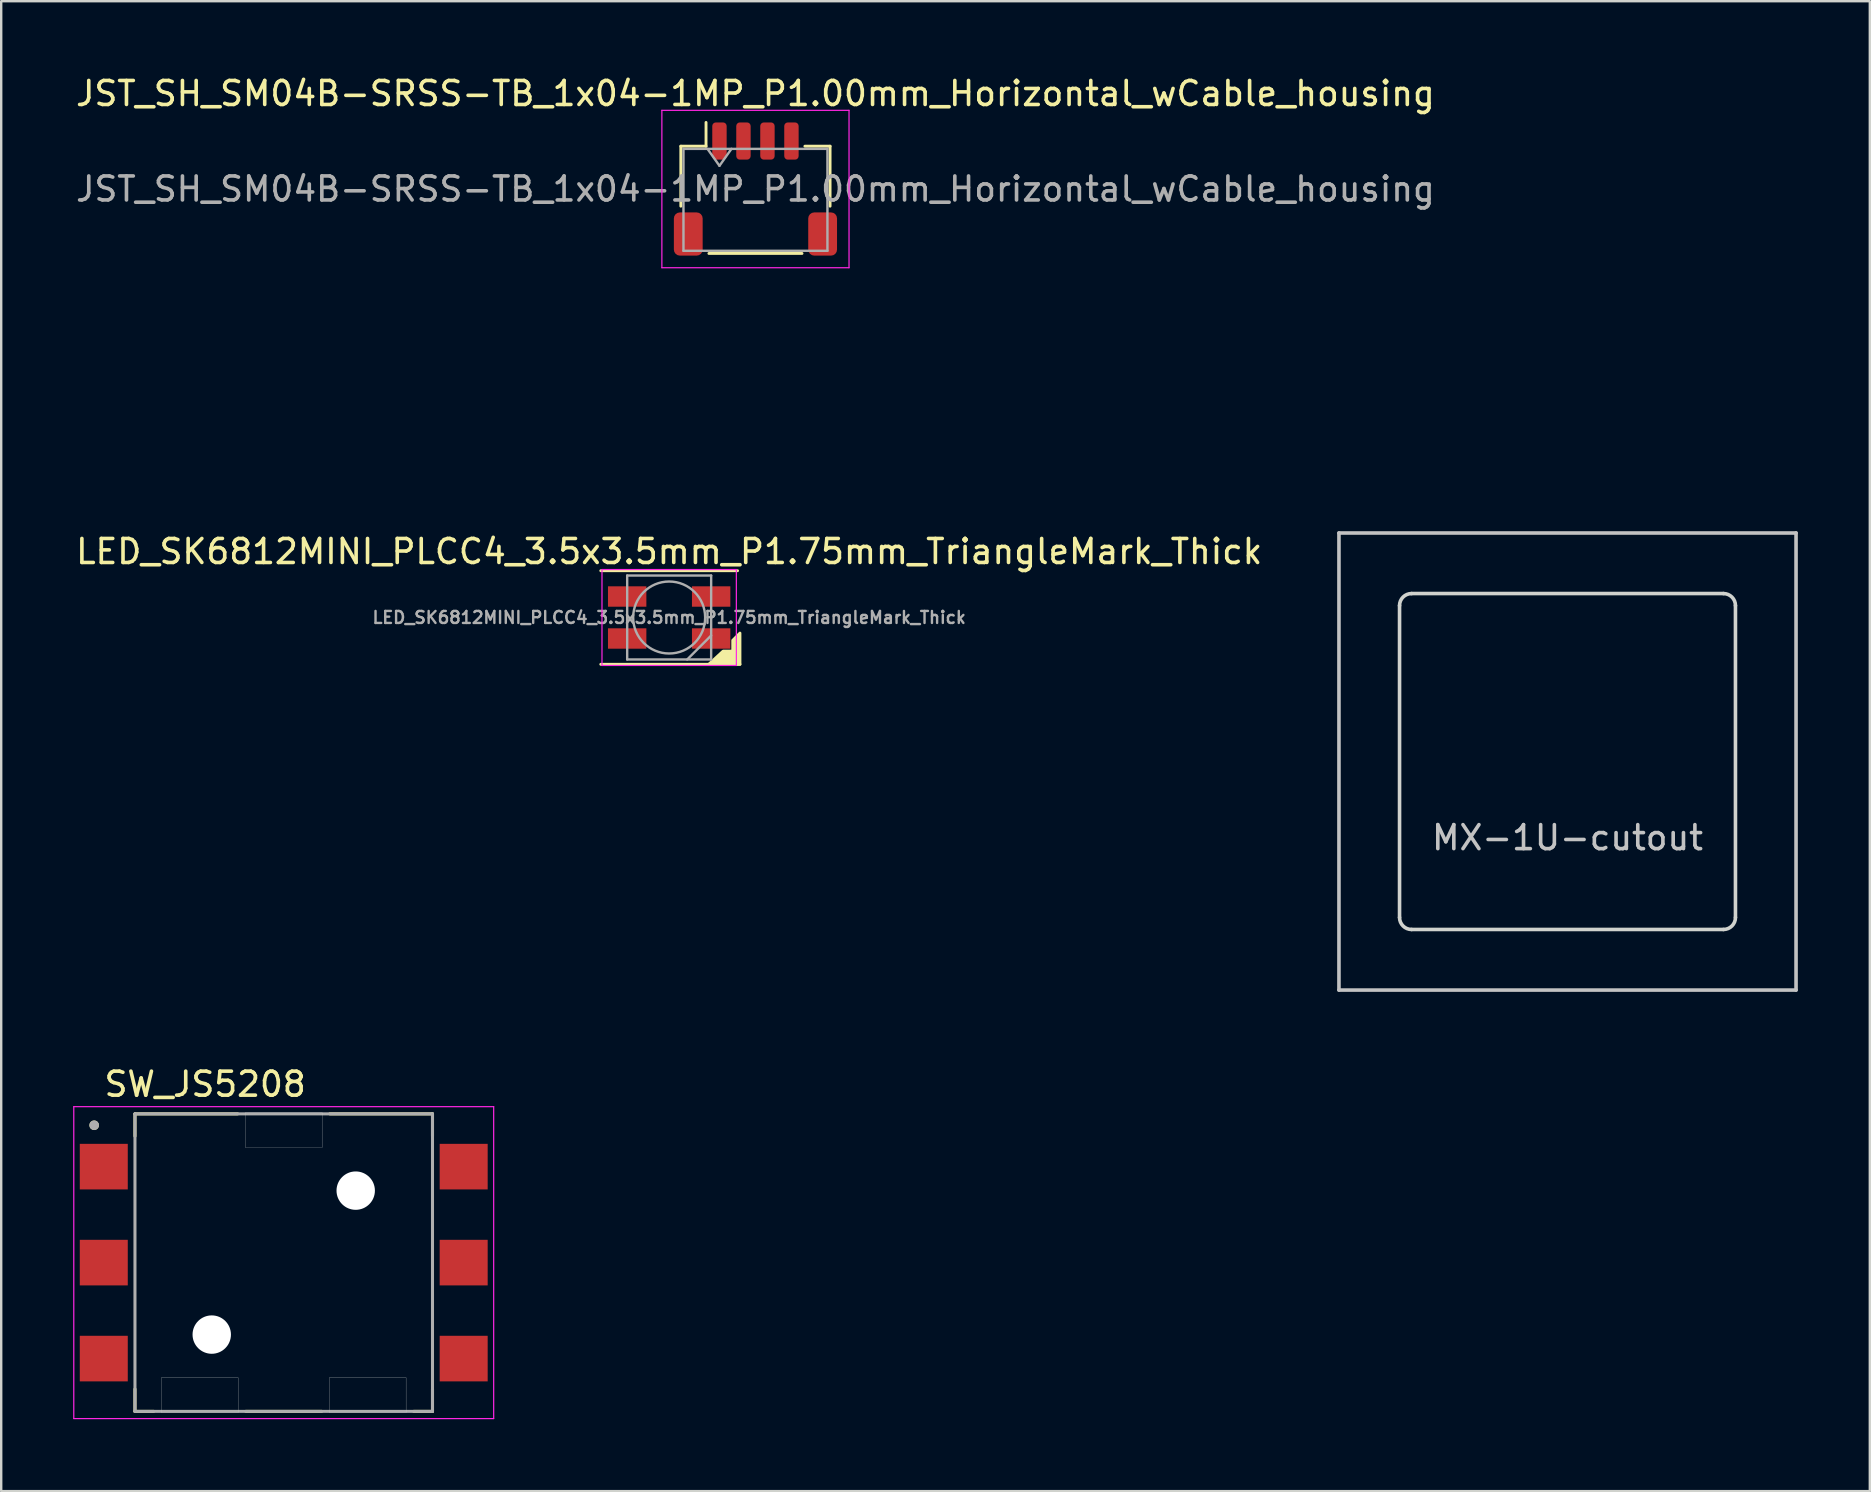
<source format=kicad_pcb>
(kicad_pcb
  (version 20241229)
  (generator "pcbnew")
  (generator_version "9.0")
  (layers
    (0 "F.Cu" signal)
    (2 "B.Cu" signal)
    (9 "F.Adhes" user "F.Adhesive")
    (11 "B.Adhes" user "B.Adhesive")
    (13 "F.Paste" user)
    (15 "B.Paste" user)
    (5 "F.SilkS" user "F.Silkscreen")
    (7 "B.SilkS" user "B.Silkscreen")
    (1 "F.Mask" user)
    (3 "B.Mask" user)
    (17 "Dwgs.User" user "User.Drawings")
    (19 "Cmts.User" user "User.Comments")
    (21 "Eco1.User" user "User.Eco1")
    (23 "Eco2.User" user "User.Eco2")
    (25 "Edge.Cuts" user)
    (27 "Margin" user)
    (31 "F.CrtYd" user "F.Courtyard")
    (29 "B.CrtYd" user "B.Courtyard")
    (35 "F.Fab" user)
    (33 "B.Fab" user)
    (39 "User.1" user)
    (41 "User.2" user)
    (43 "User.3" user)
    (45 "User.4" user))
  (footprint "LED_SK6812MINI_PLCC4_3.5x3.5mm_P1.75mm_TriangleMark_Thick"
    (layer "F.Cu")
    (at 24.839 22.686)
    (property "Reference" "LED_SK6812MINI_PLCC4_3.5x3.5mm_P1.75mm_TriangleMark_Thick" (at 0 -2.75 0) (layer "F.SilkS") (effects (font (size 1 1) (thickness 0.15))))
    (attr smd)
    (fp_line (start -2.85 -1.95) (end 2.85 -1.95) (stroke (width 0.12) (type solid)) (layer "F.SilkS"))
    (fp_line (start -2.85 1.95) (end 2.95 1.95) (stroke (width 0.12) (type solid)) (layer "F.SilkS"))
    (fp_poly (pts (xy 2.95 1.95) (xy 1.65 1.95) (xy 2.25 1.4) (xy 2.65 1.4) (xy 2.65 0.95) (xy 2.95 0.65)) (stroke (width 0.12) (type solid)) (fill yes) (layer "F.SilkS"))
    (fp_line (start -2.8 -2) (end -2.8 2) (stroke (width 0.05) (type solid)) (layer "F.CrtYd"))
    (fp_line (start -2.8 2) (end 2.8 2) (stroke (width 0.05) (type solid)) (layer "F.CrtYd"))
    (fp_line (start 2.8 -2) (end -2.8 -2) (stroke (width 0.05) (type solid)) (layer "F.CrtYd"))
    (fp_line (start 2.8 2) (end 2.8 -2) (stroke (width 0.05) (type solid)) (layer "F.CrtYd"))
    (fp_line (start -1.75 -1.75) (end -1.75 1.75) (stroke (width 0.1) (type solid)) (layer "F.Fab"))
    (fp_line (start -1.75 1.75) (end 1.75 1.75) (stroke (width 0.1) (type solid)) (layer "F.Fab"))
    (fp_line (start 1.75 -1.75) (end -1.75 -1.75) (stroke (width 0.1) (type solid)) (layer "F.Fab"))
    (fp_line (start 1.75 0.75) (end 0.75 1.75) (stroke (width 0.1) (type solid)) (layer "F.Fab"))
    (fp_line (start 1.75 1.75) (end 1.75 -1.75) (stroke (width 0.1) (type solid)) (layer "F.Fab"))
    (fp_circle (center 0 0) (end 0 -1.5) (stroke (width 0.1) (type solid)) (fill no) (layer "F.Fab"))
    (fp_text user "${REFERENCE}" (at 0 0 0) (layer "F.Fab") (effects (font (size 0.5 0.5) (thickness 0.1))))
    (pad "1" smd rect (at -1.75 -0.875) (size 1.6 0.85) (layers "F.Cu" "F.Mask" "F.Paste"))
    (pad "2" smd rect (at -1.75 0.875) (size 1.6 0.85) (layers "F.Cu" "F.Mask" "F.Paste"))
    (pad "3" smd rect (at 1.75 0.875) (size 1.6 0.85) (layers "F.Cu" "F.Mask" "F.Paste"))
    (pad "4" smd rect (at 1.75 -0.875) (size 1.6 0.85) (layers "F.Cu" "F.Mask" "F.Paste")))
  (footprint "JST_SH_SM04B-SRSS-TB_1x04-1MP_P1.00mm_Horizontal_wCable_housing"
    (layer "F.Cu")
    (at 28.435 4.828)
    (property "Reference" "JST_SH_SM04B-SRSS-TB_1x04-1MP_P1.00mm_Horizontal_wCable_housing" (at 0 -3.98 0) (layer "F.SilkS") (effects (font (size 1 1) (thickness 0.15))))
    (attr smd)
    (fp_line (start -3.11 -1.785) (end -2.06 -1.785) (stroke (width 0.12) (type solid)) (layer "F.SilkS"))
    (fp_line (start -3.11 0.715) (end -3.11 -1.785) (stroke (width 0.12) (type solid)) (layer "F.SilkS"))
    (fp_line (start -2.06 -1.785) (end -2.06 -2.775) (stroke (width 0.12) (type solid)) (layer "F.SilkS"))
    (fp_line (start -1.94 2.685) (end 1.94 2.685) (stroke (width 0.12) (type solid)) (layer "F.SilkS"))
    (fp_line (start 3.11 -1.785) (end 2.06 -1.785) (stroke (width 0.12) (type solid)) (layer "F.SilkS"))
    (fp_line (start 3.11 0.715) (end 3.11 -1.785) (stroke (width 0.12) (type solid)) (layer "F.SilkS"))
    (fp_line (start -3.5 2.7) (end -3.5 3.7) (stroke (width 0.12) (type solid)) (layer "Eco2.User"))
    (fp_line (start -3.5 3.7) (end 3.5 3.7) (stroke (width 0.12) (type solid)) (layer "Eco2.User"))
    (fp_line (start -3.5 6.7) (end -3.5 6.95) (stroke (width 0.12) (type solid)) (layer "Eco2.User"))
    (fp_line (start -3.5 6.7) (end -3.25 6.7) (stroke (width 0.12) (type solid)) (layer "Eco2.User"))
    (fp_line (start -3.5 7.7) (end -3.5 7.45) (stroke (width 0.12) (type solid)) (layer "Eco2.User"))
    (fp_line (start -3.5 7.7) (end -3.25 7.7) (stroke (width 0.12) (type solid)) (layer "Eco2.User"))
    (fp_line (start -3 3.7) (end -3 3.95) (stroke (width 0.12) (type solid)) (layer "Eco2.User"))
    (fp_line (start -3 4.95) (end -3 4.45) (stroke (width 0.12) (type solid)) (layer "Eco2.User"))
    (fp_line (start -3 5.95) (end -3 5.45) (stroke (width 0.12) (type solid)) (layer "Eco2.User"))
    (fp_line (start -3 6.7) (end -3.25 6.7) (stroke (width 0.12) (type solid)) (layer "Eco2.User"))
    (fp_line (start -3 6.7) (end -3 6.45) (stroke (width 0.12) (type solid)) (layer "Eco2.User"))
    (fp_line (start -2.25 7.7) (end -2.75 7.7) (stroke (width 0.12) (type solid)) (layer "Eco2.User"))
    (fp_line (start -1.5 7.7) (end -1.5 8.2) (stroke (width 0.12) (type solid)) (layer "Eco2.User"))
    (fp_line (start -1.5 8.7) (end -1.5 9.2) (stroke (width 0.12) (type solid)) (layer "Eco2.User"))
    (fp_line (start -1.5 9.7) (end -1.5 10.2) (stroke (width 0.12) (type solid)) (layer "Eco2.User"))
    (fp_line (start -1.5 10.7) (end -1.5 11.2) (stroke (width 0.12) (type solid)) (layer "Eco2.User"))
    (fp_line (start -1.25 7.7) (end -1.75 7.7) (stroke (width 0.12) (type solid)) (layer "Eco2.User"))
    (fp_line (start -0.5 7.7) (end -0.5 8.2) (stroke (width 0.12) (type solid)) (layer "Eco2.User"))
    (fp_line (start -0.5 8.7) (end -0.5 9.2) (stroke (width 0.12) (type solid)) (layer "Eco2.User"))
    (fp_line (start -0.5 9.7) (end -0.5 10.2) (stroke (width 0.12) (type solid)) (layer "Eco2.User"))
    (fp_line (start -0.5 10.7) (end -0.5 11.2) (stroke (width 0.12) (type solid)) (layer "Eco2.User"))
    (fp_line (start -0.25 7.7) (end -0.75 7.7) (stroke (width 0.12) (type solid)) (layer "Eco2.User"))
    (fp_line (start 0.5 7.7) (end 0.5 8.2) (stroke (width 0.12) (type solid)) (layer "Eco2.User"))
    (fp_line (start 0.5 8.7) (end 0.5 9.2) (stroke (width 0.12) (type solid)) (layer "Eco2.User"))
    (fp_line (start 0.5 9.7) (end 0.5 10.2) (stroke (width 0.12) (type solid)) (layer "Eco2.User"))
    (fp_line (start 0.5 10.7) (end 0.5 11.2) (stroke (width 0.12) (type solid)) (layer "Eco2.User"))
    (fp_line (start 0.75 7.7) (end 0.25 7.7) (stroke (width 0.12) (type solid)) (layer "Eco2.User"))
    (fp_line (start 1.5 7.7) (end 1.5 8.2) (stroke (width 0.12) (type solid)) (layer "Eco2.User"))
    (fp_line (start 1.5 8.7) (end 1.5 9.2) (stroke (width 0.12) (type solid)) (layer "Eco2.User"))
    (fp_line (start 1.5 9.7) (end 1.5 10.2) (stroke (width 0.12) (type solid)) (layer "Eco2.User"))
    (fp_line (start 1.5 10.7) (end 1.5 11.2) (stroke (width 0.12) (type solid)) (layer "Eco2.User"))
    (fp_line (start 1.75 7.7) (end 1.25 7.7) (stroke (width 0.12) (type solid)) (layer "Eco2.User"))
    (fp_line (start 2.75 7.7) (end 2.25 7.7) (stroke (width 0.12) (type solid)) (layer "Eco2.User"))
    (fp_line (start 3 3.7) (end 3 3.95) (stroke (width 0.12) (type solid)) (layer "Eco2.User"))
    (fp_line (start 3 4.95) (end 3 4.45) (stroke (width 0.12) (type solid)) (layer "Eco2.User"))
    (fp_line (start 3 5.95) (end 3 5.45) (stroke (width 0.12) (type solid)) (layer "Eco2.User"))
    (fp_line (start 3 6.7) (end 3 6.45) (stroke (width 0.12) (type solid)) (layer "Eco2.User"))
    (fp_line (start 3 6.7) (end 3.25 6.7) (stroke (width 0.12) (type solid)) (layer "Eco2.User"))
    (fp_line (start 3.5 2.7) (end -3.5 2.7) (stroke (width 0.12) (type solid)) (layer "Eco2.User"))
    (fp_line (start 3.5 3.7) (end 3.5 2.7) (stroke (width 0.12) (type solid)) (layer "Eco2.User"))
    (fp_line (start 3.5 6.7) (end 3.25 6.7) (stroke (width 0.12) (type solid)) (layer "Eco2.User"))
    (fp_line (start 3.5 6.7) (end 3.5 6.95) (stroke (width 0.12) (type solid)) (layer "Eco2.User"))
    (fp_line (start 3.5 7.7) (end 3.25 7.7) (stroke (width 0.12) (type solid)) (layer "Eco2.User"))
    (fp_line (start 3.5 7.7) (end 3.5 7.45) (stroke (width 0.12) (type solid)) (layer "Eco2.User"))
    (fp_line (start -3.9 -3.28) (end -3.9 3.28) (stroke (width 0.05) (type solid)) (layer "F.CrtYd"))
    (fp_line (start -3.9 3.28) (end 3.9 3.28) (stroke (width 0.05) (type solid)) (layer "F.CrtYd"))
    (fp_line (start 3.9 -3.28) (end -3.9 -3.28) (stroke (width 0.05) (type solid)) (layer "F.CrtYd"))
    (fp_line (start 3.9 3.28) (end 3.9 -3.28) (stroke (width 0.05) (type solid)) (layer "F.CrtYd"))
    (fp_line (start -3 -1.675) (end -3 2.575) (stroke (width 0.1) (type solid)) (layer "F.Fab"))
    (fp_line (start -3 -1.675) (end 3 -1.675) (stroke (width 0.1) (type solid)) (layer "F.Fab"))
    (fp_line (start -3 2.575) (end 3 2.575) (stroke (width 0.1) (type solid)) (layer "F.Fab"))
    (fp_line (start -2 -1.675) (end -1.5 -0.968) (stroke (width 0.1) (type solid)) (layer "F.Fab"))
    (fp_line (start -1.5 -0.968) (end -1 -1.675) (stroke (width 0.1) (type solid)) (layer "F.Fab"))
    (fp_line (start 3 -1.675) (end 3 2.575) (stroke (width 0.1) (type solid)) (layer "F.Fab"))
    (fp_text user "${REFERENCE}" (at 0 0 0) (layer "F.Fab") (effects (font (size 1 1) (thickness 0.15))))
    (pad "1" smd roundrect (at -1.5 -2) (size 0.6 1.55) (layers "F.Cu" "F.Mask" "F.Paste") (roundrect_rratio 0.25))
    (pad "2" smd roundrect (at -0.5 -2) (size 0.6 1.55) (layers "F.Cu" "F.Mask" "F.Paste") (roundrect_rratio 0.25))
    (pad "3" smd roundrect (at 0.5 -2) (size 0.6 1.55) (layers "F.Cu" "F.Mask" "F.Paste") (roundrect_rratio 0.25))
    (pad "4" smd roundrect (at 1.5 -2) (size 0.6 1.55) (layers "F.Cu" "F.Mask" "F.Paste") (roundrect_rratio 0.25))
    (pad "MP" smd roundrect (at -2.8 1.875) (size 1.2 1.8) (layers "F.Cu" "F.Mask" "F.Paste") (roundrect_rratio 0.208))
    (pad "MP" smd roundrect (at 2.8 1.875) (size 1.2 1.8) (layers "F.Cu" "F.Mask" "F.Paste") (roundrect_rratio 0.208)))
  (footprint "MX-1U-cutout"
    (layer "F.Cu")
    (at 62.279 28.688)
    (property "Reference" "MX-1U-cutout" (at 0 3.175 0) (layer "Dwgs.User") (effects (font (size 1 1) (thickness 0.15))))
    (attr through_hole)
    (fp_line (start -9.525 -9.525) (end 9.525 -9.525) (stroke (width 0.15) (type solid)) (layer "Dwgs.User"))
    (fp_line (start -9.525 9.525) (end -9.525 -9.525) (stroke (width 0.15) (type solid)) (layer "Dwgs.User"))
    (fp_line (start 9.525 -9.525) (end 9.525 9.525) (stroke (width 0.15) (type solid)) (layer "Dwgs.User"))
    (fp_line (start 9.525 9.525) (end -9.525 9.525) (stroke (width 0.15) (type solid)) (layer "Dwgs.User"))
    (fp_line (start -7 -6.5) (end -7 6.5) (stroke (width 0.15) (type solid)) (layer "Edge.Cuts"))
    (fp_line (start -6.5 -7) (end 6.5 -7) (stroke (width 0.15) (type solid)) (layer "Edge.Cuts"))
    (fp_line (start -6.5 7) (end 6.5 7) (stroke (width 0.15) (type solid)) (layer "Edge.Cuts"))
    (fp_line (start 7 6.5) (end 7 -6.5) (stroke (width 0.15) (type solid)) (layer "Edge.Cuts"))
    (fp_arc (start -7 -6.5) (mid -6.853553 -6.853553) (end -6.5 -7) (stroke (width 0.15) (type solid)) (layer "Edge.Cuts"))
    (fp_arc (start -6.5 7) (mid -6.853553 6.853553) (end -7 6.5) (stroke (width 0.15) (type solid)) (layer "Edge.Cuts"))
    (fp_arc (start 6.5 -7) (mid 6.853553 -6.853553) (end 7 -6.5) (stroke (width 0.15) (type solid)) (layer "Edge.Cuts"))
    (fp_arc (start 7 6.5) (mid 6.853553 6.853553) (end 6.5 7) (stroke (width 0.15) (type solid)) (layer "Edge.Cuts")))
  (footprint "SW_JS5208"
    (layer "F.Cu")
    (at 8.775 49.572)
    (property "Reference" "SW_JS5208" (at -3.275 -7.435 0) (layer "F.SilkS") (effects (font (size 1 1) (thickness 0.15))))
    (attr smd)
    (fp_line (start -6.2 -6.2) (end -1.92 -6.2) (stroke (width 0.127) (type solid)) (layer "F.SilkS"))
    (fp_line (start -6.2 -5.27) (end -6.2 -6.2) (stroke (width 0.127) (type solid)) (layer "F.SilkS"))
    (fp_line (start -6.2 5.27) (end -6.2 6.2) (stroke (width 0.127) (type solid)) (layer "F.SilkS"))
    (fp_line (start -6.2 6.2) (end -5.42 6.2) (stroke (width 0.127) (type solid)) (layer "F.SilkS"))
    (fp_line (start -1.58 6.2) (end 1.58 6.2) (stroke (width 0.127) (type solid)) (layer "F.SilkS"))
    (fp_line (start 1.92 -6.2) (end 6.2 -6.2) (stroke (width 0.127) (type solid)) (layer "F.SilkS"))
    (fp_line (start 5.42 6.2) (end 6.2 6.2) (stroke (width 0.127) (type solid)) (layer "F.SilkS"))
    (fp_line (start 6.2 -6.2) (end 6.2 -5.27) (stroke (width 0.127) (type solid)) (layer "F.SilkS"))
    (fp_line (start 6.2 6.2) (end 6.2 5.27) (stroke (width 0.127) (type solid)) (layer "F.SilkS"))
    (fp_circle (center -7.9 -5.725) (end -7.8 -5.725) (stroke (width 0.2) (type solid)) (fill no) (layer "F.SilkS"))
    (fp_line (start -5.1 4.8) (end -1.9 4.8) (stroke (width 0.01) (type solid)) (layer "Edge.Cuts"))
    (fp_line (start -5.1 6.25) (end -5.1 4.8) (stroke (width 0.01) (type solid)) (layer "Edge.Cuts"))
    (fp_line (start -1.9 4.8) (end -1.9 6.25) (stroke (width 0.01) (type solid)) (layer "Edge.Cuts"))
    (fp_line (start -1.9 6.25) (end -5.1 6.25) (stroke (width 0.01) (type solid)) (layer "Edge.Cuts"))
    (fp_line (start -1.6 -6.25) (end 1.6 -6.25) (stroke (width 0.01) (type solid)) (layer "Edge.Cuts"))
    (fp_line (start -1.6 -4.8) (end -1.6 -6.25) (stroke (width 0.01) (type solid)) (layer "Edge.Cuts"))
    (fp_line (start 1.6 -6.25) (end 1.6 -4.8) (stroke (width 0.01) (type solid)) (layer "Edge.Cuts"))
    (fp_line (start 1.6 -4.8) (end -1.6 -4.8) (stroke (width 0.01) (type solid)) (layer "Edge.Cuts"))
    (fp_line (start 1.9 4.8) (end 1.9 6.25) (stroke (width 0.01) (type solid)) (layer "Edge.Cuts"))
    (fp_line (start 1.9 6.25) (end 5.1 6.25) (stroke (width 0.01) (type solid)) (layer "Edge.Cuts"))
    (fp_line (start 5.1 4.8) (end 1.9 4.8) (stroke (width 0.01) (type solid)) (layer "Edge.Cuts"))
    (fp_line (start 5.1 6.25) (end 5.1 4.8) (stroke (width 0.01) (type solid)) (layer "Edge.Cuts"))
    (fp_line (start -8.75 -6.5) (end -8.75 6.5) (stroke (width 0.05) (type solid)) (layer "F.CrtYd"))
    (fp_line (start -8.75 6.5) (end 8.75 6.5) (stroke (width 0.05) (type solid)) (layer "F.CrtYd"))
    (fp_line (start 8.75 -6.5) (end -8.75 -6.5) (stroke (width 0.05) (type solid)) (layer "F.CrtYd"))
    (fp_line (start 8.75 6.5) (end 8.75 -6.5) (stroke (width 0.05) (type solid)) (layer "F.CrtYd"))
    (fp_line (start -6.2 -6.2) (end 6.2 -6.2) (stroke (width 0.127) (type solid)) (layer "F.Fab"))
    (fp_line (start -6.2 6.2) (end -6.2 -6.2) (stroke (width 0.127) (type solid)) (layer "F.Fab"))
    (fp_line (start 6.2 -6.2) (end 6.2 6.2) (stroke (width 0.127) (type solid)) (layer "F.Fab"))
    (fp_line (start 6.2 6.2) (end -6.2 6.2) (stroke (width 0.127) (type solid)) (layer "F.Fab"))
    (fp_circle (center -7.9 -5.725) (end -7.8 -5.725) (stroke (width 0.2) (type solid)) (fill no) (layer "F.Fab"))
    (pad "" np_thru_hole circle (at -3 3) (size 1.6 1.6) (drill 1.6) (layers "*.Cu" "*.Mask"))
    (pad "" np_thru_hole circle (at 3 -3) (size 1.6 1.6) (drill 1.6) (layers "*.Cu" "*.Mask"))
    (pad "1" smd rect (at -7.5 -4) (size 2 1.9) (layers "F.Cu" "F.Mask" "F.Paste"))
    (pad "2" smd rect (at -7.5 0) (size 2 1.9) (layers "F.Cu" "F.Mask" "F.Paste"))
    (pad "3" smd rect (at -7.5 4) (size 2 1.9) (layers "F.Cu" "F.Mask" "F.Paste"))
    (pad "4" smd rect (at 7.5 -4) (size 2 1.9) (layers "F.Cu" "F.Mask" "F.Paste"))
    (pad "5" smd rect (at 7.5 0) (size 2 1.9) (layers "F.Cu" "F.Mask" "F.Paste"))
    (pad "6" smd rect (at 7.5 4) (size 2 1.9) (layers "F.Cu" "F.Mask" "F.Paste")))
  (gr_rect
    (start -3 -3)
    (end 74.879 59.096)
    (stroke (width 0.1) (type default))
    (fill no)
    (layer "Edge.Cuts")))
</source>
